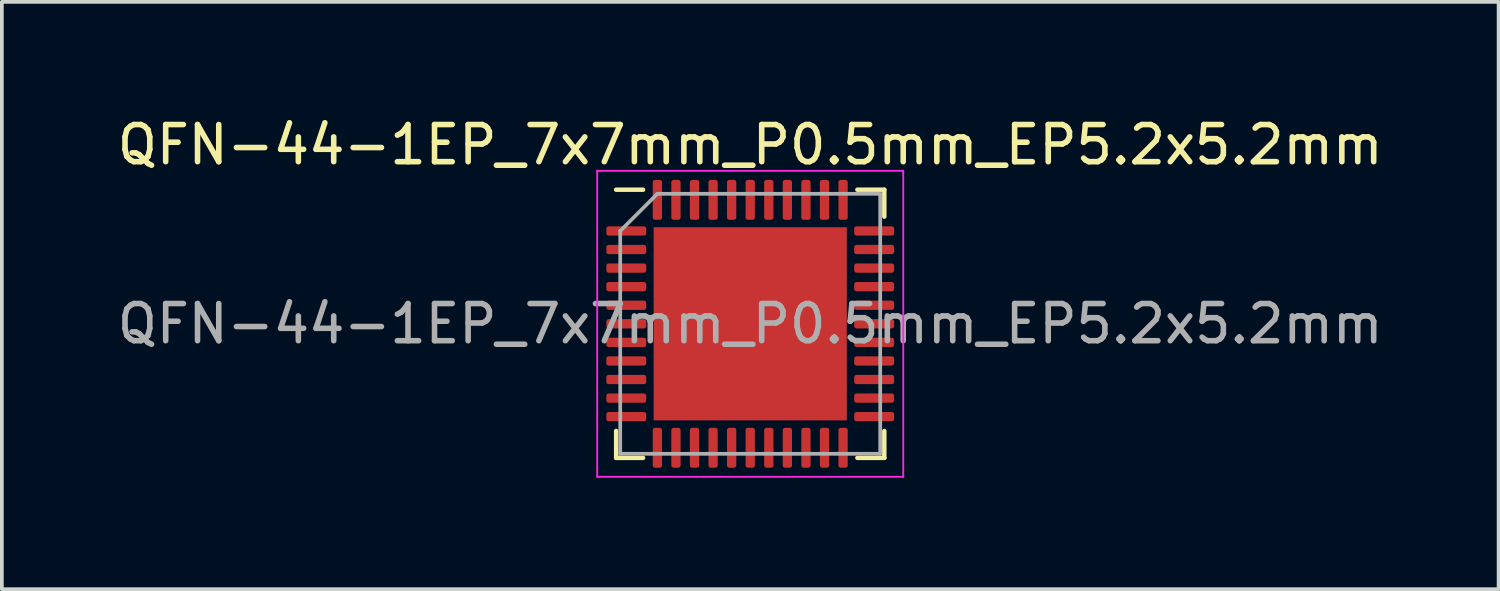
<source format=kicad_pcb>
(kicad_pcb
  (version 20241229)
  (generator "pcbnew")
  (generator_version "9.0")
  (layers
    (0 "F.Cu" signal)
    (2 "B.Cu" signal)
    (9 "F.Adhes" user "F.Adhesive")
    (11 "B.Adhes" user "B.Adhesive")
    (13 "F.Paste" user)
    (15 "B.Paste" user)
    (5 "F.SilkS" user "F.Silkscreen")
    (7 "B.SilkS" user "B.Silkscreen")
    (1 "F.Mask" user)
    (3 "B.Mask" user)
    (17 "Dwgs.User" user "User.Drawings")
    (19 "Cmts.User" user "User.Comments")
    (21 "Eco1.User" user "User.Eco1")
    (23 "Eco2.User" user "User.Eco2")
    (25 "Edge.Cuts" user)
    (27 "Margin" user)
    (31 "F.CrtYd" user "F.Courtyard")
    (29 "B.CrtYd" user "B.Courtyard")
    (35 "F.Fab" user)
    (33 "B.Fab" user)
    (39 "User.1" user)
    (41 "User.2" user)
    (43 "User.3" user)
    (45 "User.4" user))
  (footprint "QFN-44-1EP_7x7mm_P0.5mm_EP5.2x5.2mm"
    (layer "F.Cu")
    (at 17.149 5.668)
    (property "Reference" "QFN-44-1EP_7x7mm_P0.5mm_EP5.2x5.2mm" (at 0 -4.82 0) (layer "F.SilkS") (effects (font (size 1 1) (thickness 0.15))))
    (attr smd)
    (fp_line (start -3.61 3.61) (end -3.61 2.885) (stroke (width 0.12) (type solid)) (layer "F.SilkS"))
    (fp_line (start -2.885 -3.61) (end -3.61 -3.61) (stroke (width 0.12) (type solid)) (layer "F.SilkS"))
    (fp_line (start -2.885 3.61) (end -3.61 3.61) (stroke (width 0.12) (type solid)) (layer "F.SilkS"))
    (fp_line (start 2.885 -3.61) (end 3.61 -3.61) (stroke (width 0.12) (type solid)) (layer "F.SilkS"))
    (fp_line (start 2.885 3.61) (end 3.61 3.61) (stroke (width 0.12) (type solid)) (layer "F.SilkS"))
    (fp_line (start 3.61 -3.61) (end 3.61 -2.885) (stroke (width 0.12) (type solid)) (layer "F.SilkS"))
    (fp_line (start 3.61 3.61) (end 3.61 2.885) (stroke (width 0.12) (type solid)) (layer "F.SilkS"))
    (fp_line (start -4.12 -4.12) (end -4.12 4.12) (stroke (width 0.05) (type solid)) (layer "F.CrtYd"))
    (fp_line (start -4.12 4.12) (end 4.12 4.12) (stroke (width 0.05) (type solid)) (layer "F.CrtYd"))
    (fp_line (start 4.12 -4.12) (end -4.12 -4.12) (stroke (width 0.05) (type solid)) (layer "F.CrtYd"))
    (fp_line (start 4.12 4.12) (end 4.12 -4.12) (stroke (width 0.05) (type solid)) (layer "F.CrtYd"))
    (fp_line (start -3.5 -2.5) (end -2.5 -3.5) (stroke (width 0.1) (type solid)) (layer "F.Fab"))
    (fp_line (start -3.5 3.5) (end -3.5 -2.5) (stroke (width 0.1) (type solid)) (layer "F.Fab"))
    (fp_line (start -2.5 -3.5) (end 3.5 -3.5) (stroke (width 0.1) (type solid)) (layer "F.Fab"))
    (fp_line (start 3.5 -3.5) (end 3.5 3.5) (stroke (width 0.1) (type solid)) (layer "F.Fab"))
    (fp_line (start 3.5 3.5) (end -3.5 3.5) (stroke (width 0.1) (type solid)) (layer "F.Fab"))
    (fp_text user "${REFERENCE}" (at 0 0 0) (layer "F.Fab") (effects (font (size 1 1) (thickness 0.15))))
    (pad "" smd roundrect (at -1.95 -1.95) (size 1.05 1.05) (layers "F.Paste") (roundrect_rratio 0.238))
    (pad "" smd roundrect (at -1.95 -0.65) (size 1.05 1.05) (layers "F.Paste") (roundrect_rratio 0.238))
    (pad "" smd roundrect (at -1.95 0.65) (size 1.05 1.05) (layers "F.Paste") (roundrect_rratio 0.238))
    (pad "" smd roundrect (at -1.95 1.95) (size 1.05 1.05) (layers "F.Paste") (roundrect_rratio 0.238))
    (pad "" smd roundrect (at -0.65 -1.95) (size 1.05 1.05) (layers "F.Paste") (roundrect_rratio 0.238))
    (pad "" smd roundrect (at -0.65 -0.65) (size 1.05 1.05) (layers "F.Paste") (roundrect_rratio 0.238))
    (pad "" smd roundrect (at -0.65 0.65) (size 1.05 1.05) (layers "F.Paste") (roundrect_rratio 0.238))
    (pad "" smd roundrect (at -0.65 1.95) (size 1.05 1.05) (layers "F.Paste") (roundrect_rratio 0.238))
    (pad "" smd roundrect (at 0.65 -1.95) (size 1.05 1.05) (layers "F.Paste") (roundrect_rratio 0.238))
    (pad "" smd roundrect (at 0.65 -0.65) (size 1.05 1.05) (layers "F.Paste") (roundrect_rratio 0.238))
    (pad "" smd roundrect (at 0.65 0.65) (size 1.05 1.05) (layers "F.Paste") (roundrect_rratio 0.238))
    (pad "" smd roundrect (at 0.65 1.95) (size 1.05 1.05) (layers "F.Paste") (roundrect_rratio 0.238))
    (pad "" smd roundrect (at 1.95 -1.95) (size 1.05 1.05) (layers "F.Paste") (roundrect_rratio 0.238))
    (pad "" smd roundrect (at 1.95 -0.65) (size 1.05 1.05) (layers "F.Paste") (roundrect_rratio 0.238))
    (pad "" smd roundrect (at 1.95 0.65) (size 1.05 1.05) (layers "F.Paste") (roundrect_rratio 0.238))
    (pad "" smd roundrect (at 1.95 1.95) (size 1.05 1.05) (layers "F.Paste") (roundrect_rratio 0.238))
    (pad "1" smd roundrect (at -3.337 -2.5) (size 1.075 0.25) (layers "F.Cu" "F.Mask" "F.Paste") (roundrect_rratio 0.25))
    (pad "2" smd roundrect (at -3.337 -2) (size 1.075 0.25) (layers "F.Cu" "F.Mask" "F.Paste") (roundrect_rratio 0.25))
    (pad "3" smd roundrect (at -3.337 -1.5) (size 1.075 0.25) (layers "F.Cu" "F.Mask" "F.Paste") (roundrect_rratio 0.25))
    (pad "4" smd roundrect (at -3.337 -1) (size 1.075 0.25) (layers "F.Cu" "F.Mask" "F.Paste") (roundrect_rratio 0.25))
    (pad "5" smd roundrect (at -3.337 -0.5) (size 1.075 0.25) (layers "F.Cu" "F.Mask" "F.Paste") (roundrect_rratio 0.25))
    (pad "6" smd roundrect (at -3.337 0) (size 1.075 0.25) (layers "F.Cu" "F.Mask" "F.Paste") (roundrect_rratio 0.25))
    (pad "7" smd roundrect (at -3.337 0.5) (size 1.075 0.25) (layers "F.Cu" "F.Mask" "F.Paste") (roundrect_rratio 0.25))
    (pad "8" smd roundrect (at -3.337 1) (size 1.075 0.25) (layers "F.Cu" "F.Mask" "F.Paste") (roundrect_rratio 0.25))
    (pad "9" smd roundrect (at -3.337 1.5) (size 1.075 0.25) (layers "F.Cu" "F.Mask" "F.Paste") (roundrect_rratio 0.25))
    (pad "10" smd roundrect (at -3.337 2) (size 1.075 0.25) (layers "F.Cu" "F.Mask" "F.Paste") (roundrect_rratio 0.25))
    (pad "11" smd roundrect (at -3.337 2.5) (size 1.075 0.25) (layers "F.Cu" "F.Mask" "F.Paste") (roundrect_rratio 0.25))
    (pad "12" smd roundrect (at -2.5 3.337) (size 0.25 1.075) (layers "F.Cu" "F.Mask" "F.Paste") (roundrect_rratio 0.25))
    (pad "13" smd roundrect (at -2 3.337) (size 0.25 1.075) (layers "F.Cu" "F.Mask" "F.Paste") (roundrect_rratio 0.25))
    (pad "14" smd roundrect (at -1.5 3.337) (size 0.25 1.075) (layers "F.Cu" "F.Mask" "F.Paste") (roundrect_rratio 0.25))
    (pad "15" smd roundrect (at -1 3.337) (size 0.25 1.075) (layers "F.Cu" "F.Mask" "F.Paste") (roundrect_rratio 0.25))
    (pad "16" smd roundrect (at -0.5 3.337) (size 0.25 1.075) (layers "F.Cu" "F.Mask" "F.Paste") (roundrect_rratio 0.25))
    (pad "17" smd roundrect (at 0 3.337) (size 0.25 1.075) (layers "F.Cu" "F.Mask" "F.Paste") (roundrect_rratio 0.25))
    (pad "18" smd roundrect (at 0.5 3.337) (size 0.25 1.075) (layers "F.Cu" "F.Mask" "F.Paste") (roundrect_rratio 0.25))
    (pad "19" smd roundrect (at 1 3.337) (size 0.25 1.075) (layers "F.Cu" "F.Mask" "F.Paste") (roundrect_rratio 0.25))
    (pad "20" smd roundrect (at 1.5 3.337) (size 0.25 1.075) (layers "F.Cu" "F.Mask" "F.Paste") (roundrect_rratio 0.25))
    (pad "21" smd roundrect (at 2 3.337) (size 0.25 1.075) (layers "F.Cu" "F.Mask" "F.Paste") (roundrect_rratio 0.25))
    (pad "22" smd roundrect (at 2.5 3.337) (size 0.25 1.075) (layers "F.Cu" "F.Mask" "F.Paste") (roundrect_rratio 0.25))
    (pad "23" smd roundrect (at 3.337 2.5) (size 1.075 0.25) (layers "F.Cu" "F.Mask" "F.Paste") (roundrect_rratio 0.25))
    (pad "24" smd roundrect (at 3.337 2) (size 1.075 0.25) (layers "F.Cu" "F.Mask" "F.Paste") (roundrect_rratio 0.25))
    (pad "25" smd roundrect (at 3.337 1.5) (size 1.075 0.25) (layers "F.Cu" "F.Mask" "F.Paste") (roundrect_rratio 0.25))
    (pad "26" smd roundrect (at 3.337 1) (size 1.075 0.25) (layers "F.Cu" "F.Mask" "F.Paste") (roundrect_rratio 0.25))
    (pad "27" smd roundrect (at 3.337 0.5) (size 1.075 0.25) (layers "F.Cu" "F.Mask" "F.Paste") (roundrect_rratio 0.25))
    (pad "28" smd roundrect (at 3.337 0) (size 1.075 0.25) (layers "F.Cu" "F.Mask" "F.Paste") (roundrect_rratio 0.25))
    (pad "29" smd roundrect (at 3.337 -0.5) (size 1.075 0.25) (layers "F.Cu" "F.Mask" "F.Paste") (roundrect_rratio 0.25))
    (pad "30" smd roundrect (at 3.337 -1) (size 1.075 0.25) (layers "F.Cu" "F.Mask" "F.Paste") (roundrect_rratio 0.25))
    (pad "31" smd roundrect (at 3.337 -1.5) (size 1.075 0.25) (layers "F.Cu" "F.Mask" "F.Paste") (roundrect_rratio 0.25))
    (pad "32" smd roundrect (at 3.337 -2) (size 1.075 0.25) (layers "F.Cu" "F.Mask" "F.Paste") (roundrect_rratio 0.25))
    (pad "33" smd roundrect (at 3.337 -2.5) (size 1.075 0.25) (layers "F.Cu" "F.Mask" "F.Paste") (roundrect_rratio 0.25))
    (pad "34" smd roundrect (at 2.5 -3.337) (size 0.25 1.075) (layers "F.Cu" "F.Mask" "F.Paste") (roundrect_rratio 0.25))
    (pad "35" smd roundrect (at 2 -3.337) (size 0.25 1.075) (layers "F.Cu" "F.Mask" "F.Paste") (roundrect_rratio 0.25))
    (pad "36" smd roundrect (at 1.5 -3.337) (size 0.25 1.075) (layers "F.Cu" "F.Mask" "F.Paste") (roundrect_rratio 0.25))
    (pad "37" smd roundrect (at 1 -3.337) (size 0.25 1.075) (layers "F.Cu" "F.Mask" "F.Paste") (roundrect_rratio 0.25))
    (pad "38" smd roundrect (at 0.5 -3.337) (size 0.25 1.075) (layers "F.Cu" "F.Mask" "F.Paste") (roundrect_rratio 0.25))
    (pad "39" smd roundrect (at 0 -3.337) (size 0.25 1.075) (layers "F.Cu" "F.Mask" "F.Paste") (roundrect_rratio 0.25))
    (pad "40" smd roundrect (at -0.5 -3.337) (size 0.25 1.075) (layers "F.Cu" "F.Mask" "F.Paste") (roundrect_rratio 0.25))
    (pad "41" smd roundrect (at -1 -3.337) (size 0.25 1.075) (layers "F.Cu" "F.Mask" "F.Paste") (roundrect_rratio 0.25))
    (pad "42" smd roundrect (at -1.5 -3.337) (size 0.25 1.075) (layers "F.Cu" "F.Mask" "F.Paste") (roundrect_rratio 0.25))
    (pad "43" smd roundrect (at -2 -3.337) (size 0.25 1.075) (layers "F.Cu" "F.Mask" "F.Paste") (roundrect_rratio 0.25))
    (pad "44" smd roundrect (at -2.5 -3.337) (size 0.25 1.075) (layers "F.Cu" "F.Mask" "F.Paste") (roundrect_rratio 0.25))
    (pad "45" smd rect (at 0 0) (size 5.2 5.2) (layers "F.Cu" "F.Mask")))
  (gr_rect
    (start -3 -3)
    (end 37.298 12.813)
    (stroke (width 0.1) (type default))
    (fill no)
    (layer "Edge.Cuts")))
</source>
